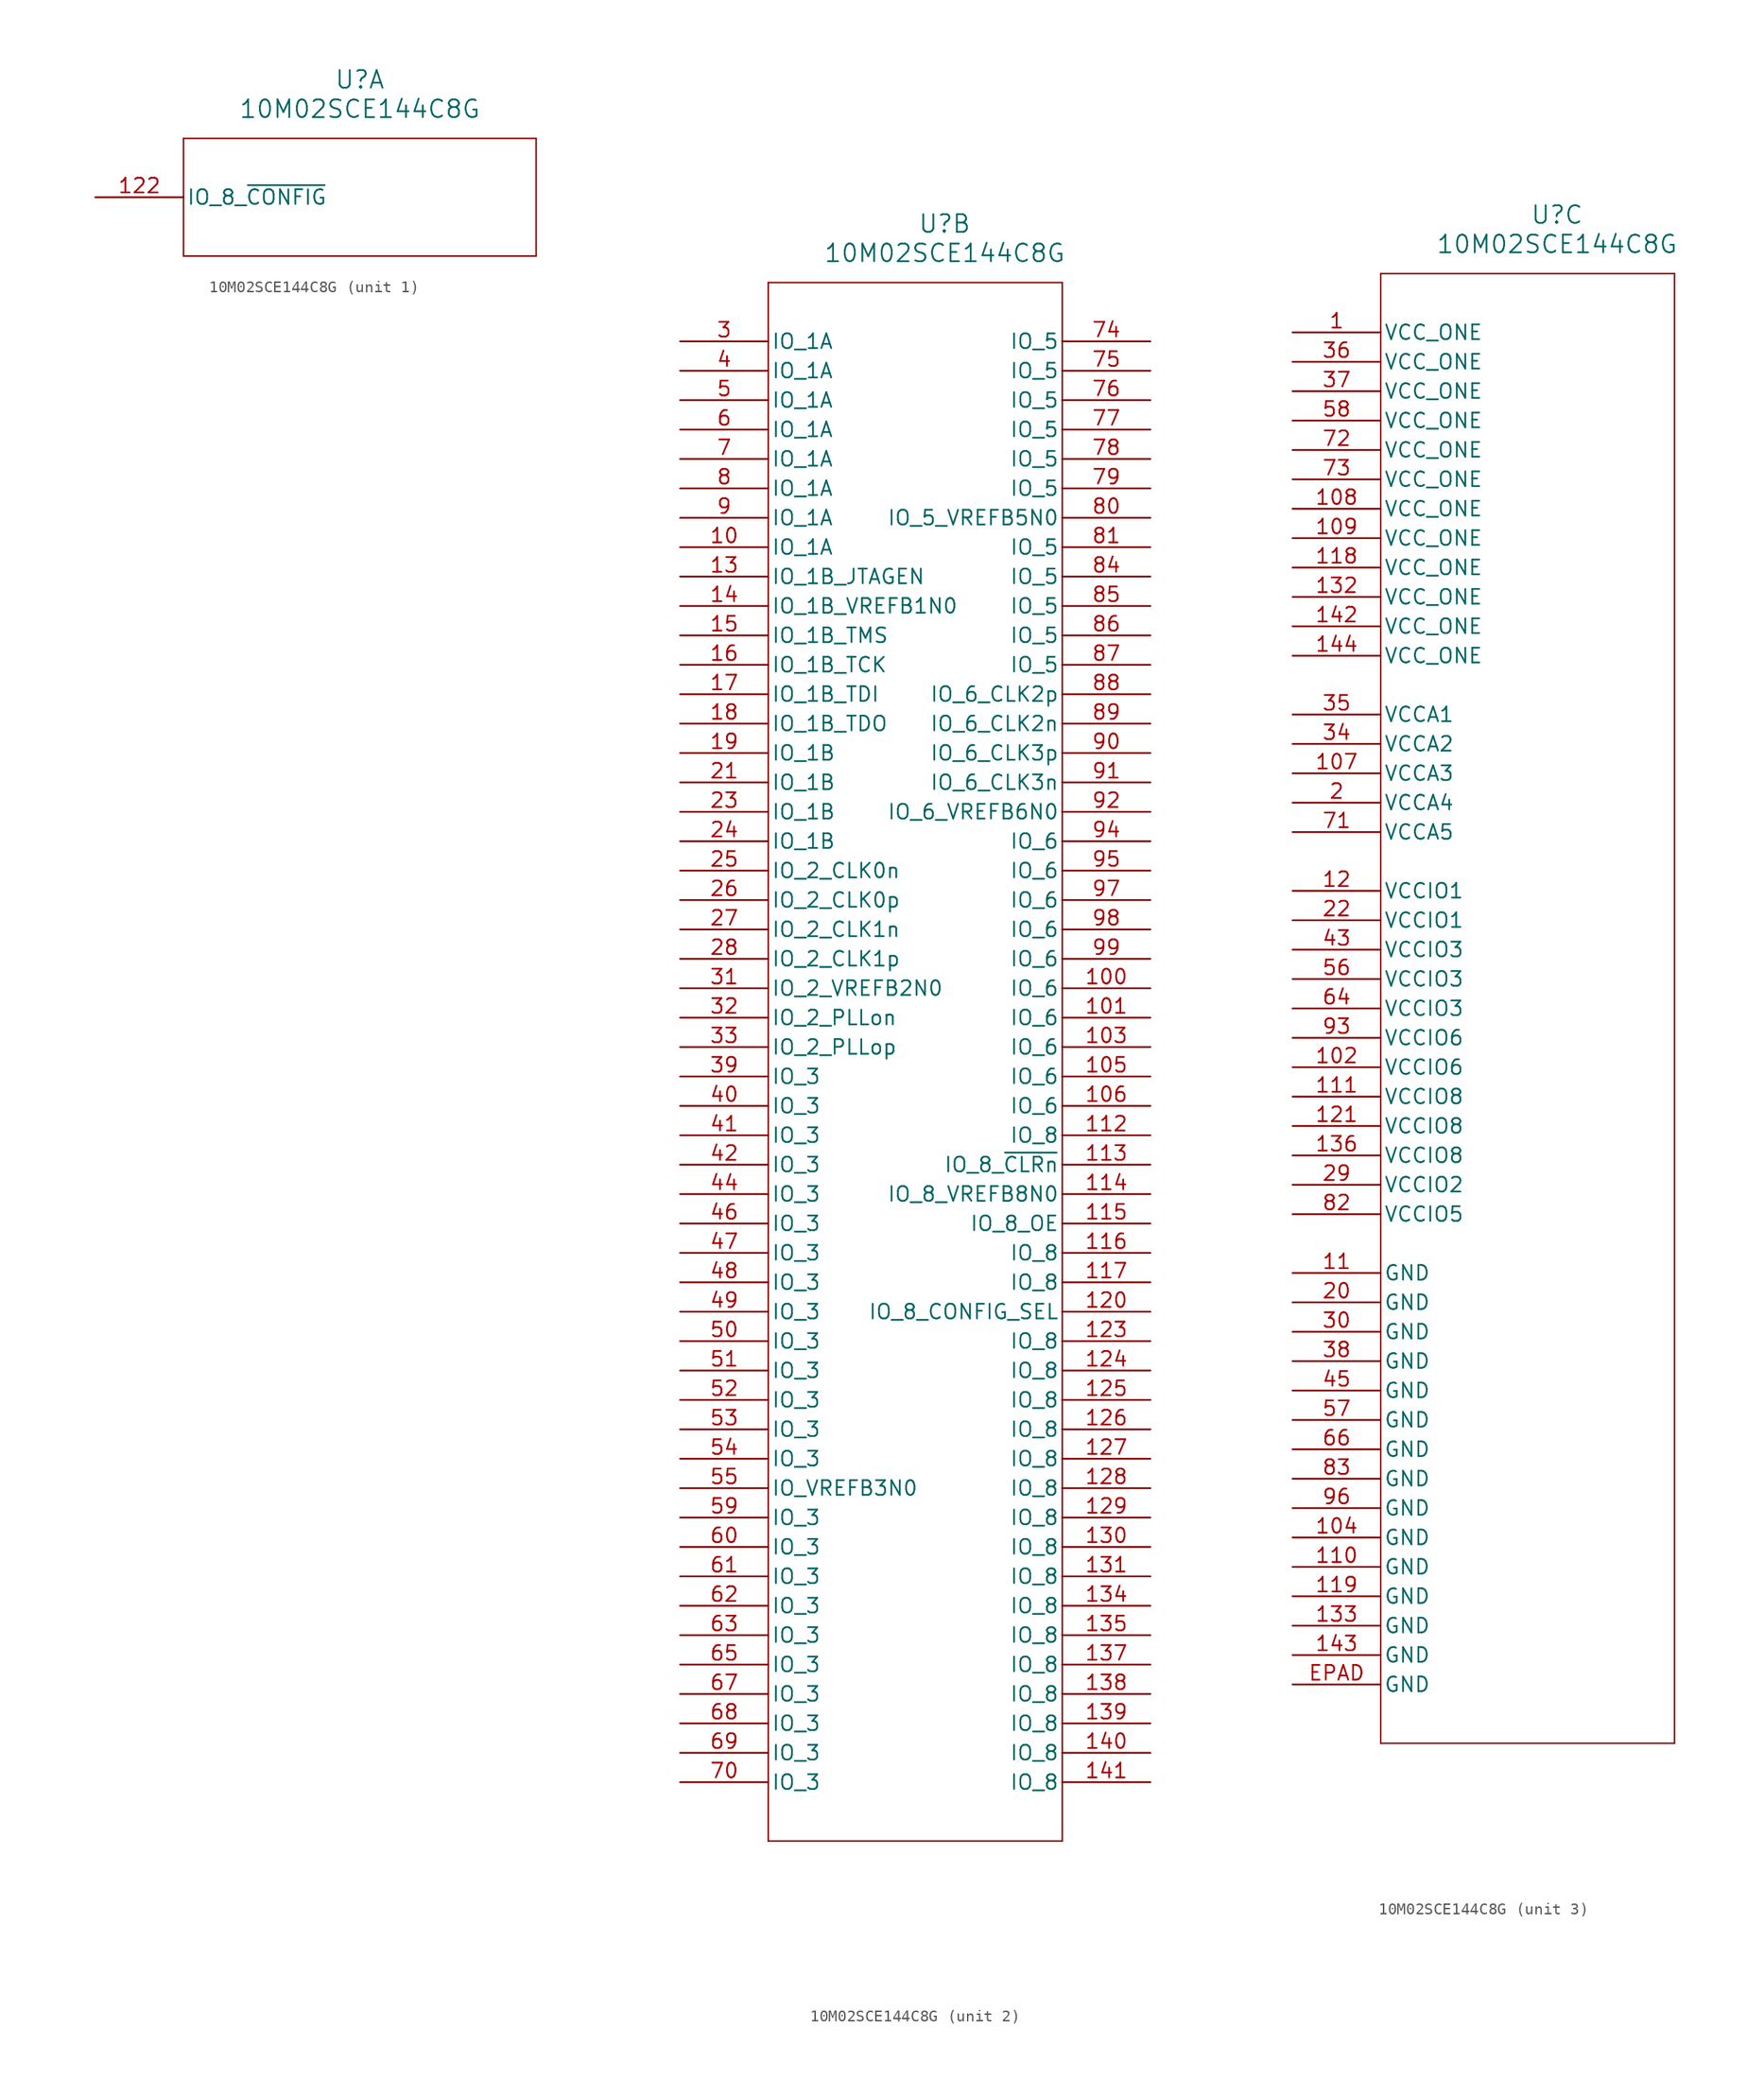
<source format=kicad_sym>
(kicad_symbol_lib
  (version 20241209)
  (generator "kicad_symbol_editor")
  (generator_version "9.0")
  (symbol "10M02SCE144C8G"
    (pin_names
      (offset 0.254))
    (property "Reference" "U"
      (at 22.86 10.16 0)
      (effects (font (size 1.524 1.524))))
    (property "Value" "10M02SCE144C8G"
      (at 22.86 7.62 0)
      (effects (font (size 1.524 1.524))))
    (property "ki_locked" ""
      (at 0 0 0)
      (effects (font (size 1.27 1.27))))
    (symbol "10M02SCE144C8G_1_1"
      (polyline (pts (xy 7.62 5.08) (xy 7.62 -5.08)) (stroke (width 0.127) (type default)) (fill (type none)))
      (polyline (pts (xy 7.62 -5.08) (xy 38.1 -5.08)) (stroke (width 0.127) (type default)) (fill (type none)))
      (polyline (pts (xy 38.1 5.08) (xy 7.62 5.08)) (stroke (width 0.127) (type default)) (fill (type none)))
      (polyline (pts (xy 38.1 -5.08) (xy 38.1 5.08)) (stroke (width 0.127) (type default)) (fill (type none)))
      (pin input line (at 0 0 0) (length 7.62) (name "IO_8_~{CONFIG}" (effects (font (size 1.27 1.27)))) (number "122" (effects (font (size 1.27 1.27))))))
    (symbol "10M02SCE144C8G_2_1"
      (polyline (pts (xy 7.62 5.08) (xy 7.62 -129.54)) (stroke (width 0.127) (type default)) (fill (type none)))
      (polyline (pts (xy 7.62 -129.54) (xy 33.02 -129.54)) (stroke (width 0.127) (type default)) (fill (type none)))
      (polyline (pts (xy 33.02 5.08) (xy 7.62 5.08)) (stroke (width 0.127) (type default)) (fill (type none)))
      (polyline (pts (xy 33.02 -129.54) (xy 33.02 5.08)) (stroke (width 0.127) (type default)) (fill (type none)))
      (pin bidirectional line (at 0 0 0) (length 7.62) (name "IO_1A" (effects (font (size 1.27 1.27)))) (number "3" (effects (font (size 1.27 1.27)))))
      (pin bidirectional line (at 0 -2.54 0) (length 7.62) (name "IO_1A" (effects (font (size 1.27 1.27)))) (number "4" (effects (font (size 1.27 1.27)))))
      (pin bidirectional line (at 0 -5.08 0) (length 7.62) (name "IO_1A" (effects (font (size 1.27 1.27)))) (number "5" (effects (font (size 1.27 1.27)))))
      (pin bidirectional line (at 0 -7.62 0) (length 7.62) (name "IO_1A" (effects (font (size 1.27 1.27)))) (number "6" (effects (font (size 1.27 1.27)))))
      (pin bidirectional line (at 0 -10.16 0) (length 7.62) (name "IO_1A" (effects (font (size 1.27 1.27)))) (number "7" (effects (font (size 1.27 1.27)))))
      (pin bidirectional line (at 0 -12.7 0) (length 7.62) (name "IO_1A" (effects (font (size 1.27 1.27)))) (number "8" (effects (font (size 1.27 1.27)))))
      (pin bidirectional line (at 0 -15.24 0) (length 7.62) (name "IO_1A" (effects (font (size 1.27 1.27)))) (number "9" (effects (font (size 1.27 1.27)))))
      (pin bidirectional line (at 0 -17.78 0) (length 7.62) (name "IO_1A" (effects (font (size 1.27 1.27)))) (number "10" (effects (font (size 1.27 1.27)))))
      (pin bidirectional line (at 0 -20.32 0) (length 7.62) (name "IO_1B_JTAGEN" (effects (font (size 1.27 1.27)))) (number "13" (effects (font (size 1.27 1.27)))))
      (pin bidirectional line (at 0 -22.86 0) (length 7.62) (name "IO_1B_VREFB1N0" (effects (font (size 1.27 1.27)))) (number "14" (effects (font (size 1.27 1.27)))))
      (pin bidirectional line (at 0 -25.4 0) (length 7.62) (name "IO_1B_TMS" (effects (font (size 1.27 1.27)))) (number "15" (effects (font (size 1.27 1.27)))))
      (pin bidirectional line (at 0 -27.94 0) (length 7.62) (name "IO_1B_TCK" (effects (font (size 1.27 1.27)))) (number "16" (effects (font (size 1.27 1.27)))))
      (pin bidirectional line (at 0 -30.48 0) (length 7.62) (name "IO_1B_TDI" (effects (font (size 1.27 1.27)))) (number "17" (effects (font (size 1.27 1.27)))))
      (pin bidirectional line (at 0 -33.02 0) (length 7.62) (name "IO_1B_TDO" (effects (font (size 1.27 1.27)))) (number "18" (effects (font (size 1.27 1.27)))))
      (pin bidirectional line (at 0 -35.56 0) (length 7.62) (name "IO_1B" (effects (font (size 1.27 1.27)))) (number "19" (effects (font (size 1.27 1.27)))))
      (pin bidirectional line (at 0 -38.1 0) (length 7.62) (name "IO_1B" (effects (font (size 1.27 1.27)))) (number "21" (effects (font (size 1.27 1.27)))))
      (pin bidirectional line (at 0 -40.64 0) (length 7.62) (name "IO_1B" (effects (font (size 1.27 1.27)))) (number "23" (effects (font (size 1.27 1.27)))))
      (pin bidirectional line (at 0 -43.18 0) (length 7.62) (name "IO_1B" (effects (font (size 1.27 1.27)))) (number "24" (effects (font (size 1.27 1.27)))))
      (pin bidirectional line (at 0 -45.72 0) (length 7.62) (name "IO_2_CLK0n" (effects (font (size 1.27 1.27)))) (number "25" (effects (font (size 1.27 1.27)))))
      (pin bidirectional line (at 0 -48.26 0) (length 7.62) (name "IO_2_CLK0p" (effects (font (size 1.27 1.27)))) (number "26" (effects (font (size 1.27 1.27)))))
      (pin bidirectional line (at 0 -50.8 0) (length 7.62) (name "IO_2_CLK1n" (effects (font (size 1.27 1.27)))) (number "27" (effects (font (size 1.27 1.27)))))
      (pin bidirectional line (at 0 -53.34 0) (length 7.62) (name "IO_2_CLK1p" (effects (font (size 1.27 1.27)))) (number "28" (effects (font (size 1.27 1.27)))))
      (pin bidirectional line (at 0 -55.88 0) (length 7.62) (name "IO_2_VREFB2N0" (effects (font (size 1.27 1.27)))) (number "31" (effects (font (size 1.27 1.27)))))
      (pin bidirectional line (at 0 -58.42 0) (length 7.62) (name "IO_2_PLLon" (effects (font (size 1.27 1.27)))) (number "32" (effects (font (size 1.27 1.27)))))
      (pin bidirectional line (at 0 -60.96 0) (length 7.62) (name "IO_2_PLLop" (effects (font (size 1.27 1.27)))) (number "33" (effects (font (size 1.27 1.27)))))
      (pin bidirectional line (at 0 -63.5 0) (length 7.62) (name "IO_3" (effects (font (size 1.27 1.27)))) (number "39" (effects (font (size 1.27 1.27)))))
      (pin bidirectional line (at 0 -66.04 0) (length 7.62) (name "IO_3" (effects (font (size 1.27 1.27)))) (number "40" (effects (font (size 1.27 1.27)))))
      (pin bidirectional line (at 0 -68.58 0) (length 7.62) (name "IO_3" (effects (font (size 1.27 1.27)))) (number "41" (effects (font (size 1.27 1.27)))))
      (pin bidirectional line (at 0 -71.12 0) (length 7.62) (name "IO_3" (effects (font (size 1.27 1.27)))) (number "42" (effects (font (size 1.27 1.27)))))
      (pin bidirectional line (at 0 -73.66 0) (length 7.62) (name "IO_3" (effects (font (size 1.27 1.27)))) (number "44" (effects (font (size 1.27 1.27)))))
      (pin bidirectional line (at 0 -76.2 0) (length 7.62) (name "IO_3" (effects (font (size 1.27 1.27)))) (number "46" (effects (font (size 1.27 1.27)))))
      (pin bidirectional line (at 0 -78.74 0) (length 7.62) (name "IO_3" (effects (font (size 1.27 1.27)))) (number "47" (effects (font (size 1.27 1.27)))))
      (pin bidirectional line (at 0 -81.28 0) (length 7.62) (name "IO_3" (effects (font (size 1.27 1.27)))) (number "48" (effects (font (size 1.27 1.27)))))
      (pin bidirectional line (at 0 -83.82 0) (length 7.62) (name "IO_3" (effects (font (size 1.27 1.27)))) (number "49" (effects (font (size 1.27 1.27)))))
      (pin bidirectional line (at 0 -86.36 0) (length 7.62) (name "IO_3" (effects (font (size 1.27 1.27)))) (number "50" (effects (font (size 1.27 1.27)))))
      (pin bidirectional line (at 0 -88.9 0) (length 7.62) (name "IO_3" (effects (font (size 1.27 1.27)))) (number "51" (effects (font (size 1.27 1.27)))))
      (pin bidirectional line (at 0 -91.44 0) (length 7.62) (name "IO_3" (effects (font (size 1.27 1.27)))) (number "52" (effects (font (size 1.27 1.27)))))
      (pin bidirectional line (at 0 -93.98 0) (length 7.62) (name "IO_3" (effects (font (size 1.27 1.27)))) (number "53" (effects (font (size 1.27 1.27)))))
      (pin bidirectional line (at 0 -96.52 0) (length 7.62) (name "IO_3" (effects (font (size 1.27 1.27)))) (number "54" (effects (font (size 1.27 1.27)))))
      (pin bidirectional line (at 0 -99.06 0) (length 7.62) (name "IO_VREFB3N0" (effects (font (size 1.27 1.27)))) (number "55" (effects (font (size 1.27 1.27)))))
      (pin bidirectional line (at 0 -101.6 0) (length 7.62) (name "IO_3" (effects (font (size 1.27 1.27)))) (number "59" (effects (font (size 1.27 1.27)))))
      (pin bidirectional line (at 0 -104.14 0) (length 7.62) (name "IO_3" (effects (font (size 1.27 1.27)))) (number "60" (effects (font (size 1.27 1.27)))))
      (pin bidirectional line (at 0 -106.68 0) (length 7.62) (name "IO_3" (effects (font (size 1.27 1.27)))) (number "61" (effects (font (size 1.27 1.27)))))
      (pin bidirectional line (at 0 -109.22 0) (length 7.62) (name "IO_3" (effects (font (size 1.27 1.27)))) (number "62" (effects (font (size 1.27 1.27)))))
      (pin bidirectional line (at 0 -111.76 0) (length 7.62) (name "IO_3" (effects (font (size 1.27 1.27)))) (number "63" (effects (font (size 1.27 1.27)))))
      (pin bidirectional line (at 0 -114.3 0) (length 7.62) (name "IO_3" (effects (font (size 1.27 1.27)))) (number "65" (effects (font (size 1.27 1.27)))))
      (pin bidirectional line (at 0 -116.84 0) (length 7.62) (name "IO_3" (effects (font (size 1.27 1.27)))) (number "67" (effects (font (size 1.27 1.27)))))
      (pin bidirectional line (at 0 -119.38 0) (length 7.62) (name "IO_3" (effects (font (size 1.27 1.27)))) (number "68" (effects (font (size 1.27 1.27)))))
      (pin bidirectional line (at 0 -121.92 0) (length 7.62) (name "IO_3" (effects (font (size 1.27 1.27)))) (number "69" (effects (font (size 1.27 1.27)))))
      (pin bidirectional line (at 0 -124.46 0) (length 7.62) (name "IO_3" (effects (font (size 1.27 1.27)))) (number "70" (effects (font (size 1.27 1.27)))))
      (pin bidirectional line (at 40.64 0 180) (length 7.62) (name "IO_5" (effects (font (size 1.27 1.27)))) (number "74" (effects (font (size 1.27 1.27)))))
      (pin bidirectional line (at 40.64 -2.54 180) (length 7.62) (name "IO_5" (effects (font (size 1.27 1.27)))) (number "75" (effects (font (size 1.27 1.27)))))
      (pin bidirectional line (at 40.64 -5.08 180) (length 7.62) (name "IO_5" (effects (font (size 1.27 1.27)))) (number "76" (effects (font (size 1.27 1.27)))))
      (pin bidirectional line (at 40.64 -7.62 180) (length 7.62) (name "IO_5" (effects (font (size 1.27 1.27)))) (number "77" (effects (font (size 1.27 1.27)))))
      (pin bidirectional line (at 40.64 -10.16 180) (length 7.62) (name "IO_5" (effects (font (size 1.27 1.27)))) (number "78" (effects (font (size 1.27 1.27)))))
      (pin bidirectional line (at 40.64 -12.7 180) (length 7.62) (name "IO_5" (effects (font (size 1.27 1.27)))) (number "79" (effects (font (size 1.27 1.27)))))
      (pin bidirectional line (at 40.64 -15.24 180) (length 7.62) (name "IO_5_VREFB5N0" (effects (font (size 1.27 1.27)))) (number "80" (effects (font (size 1.27 1.27)))))
      (pin bidirectional line (at 40.64 -17.78 180) (length 7.62) (name "IO_5" (effects (font (size 1.27 1.27)))) (number "81" (effects (font (size 1.27 1.27)))))
      (pin bidirectional line (at 40.64 -20.32 180) (length 7.62) (name "IO_5" (effects (font (size 1.27 1.27)))) (number "84" (effects (font (size 1.27 1.27)))))
      (pin bidirectional line (at 40.64 -22.86 180) (length 7.62) (name "IO_5" (effects (font (size 1.27 1.27)))) (number "85" (effects (font (size 1.27 1.27)))))
      (pin bidirectional line (at 40.64 -25.4 180) (length 7.62) (name "IO_5" (effects (font (size 1.27 1.27)))) (number "86" (effects (font (size 1.27 1.27)))))
      (pin bidirectional line (at 40.64 -27.94 180) (length 7.62) (name "IO_5" (effects (font (size 1.27 1.27)))) (number "87" (effects (font (size 1.27 1.27)))))
      (pin bidirectional line (at 40.64 -30.48 180) (length 7.62) (name "IO_6_CLK2p" (effects (font (size 1.27 1.27)))) (number "88" (effects (font (size 1.27 1.27)))))
      (pin bidirectional line (at 40.64 -33.02 180) (length 7.62) (name "IO_6_CLK2n" (effects (font (size 1.27 1.27)))) (number "89" (effects (font (size 1.27 1.27)))))
      (pin bidirectional line (at 40.64 -35.56 180) (length 7.62) (name "IO_6_CLK3p" (effects (font (size 1.27 1.27)))) (number "90" (effects (font (size 1.27 1.27)))))
      (pin bidirectional line (at 40.64 -38.1 180) (length 7.62) (name "IO_6_CLK3n" (effects (font (size 1.27 1.27)))) (number "91" (effects (font (size 1.27 1.27)))))
      (pin bidirectional line (at 40.64 -40.64 180) (length 7.62) (name "IO_6_VREFB6N0" (effects (font (size 1.27 1.27)))) (number "92" (effects (font (size 1.27 1.27)))))
      (pin bidirectional line (at 40.64 -43.18 180) (length 7.62) (name "IO_6" (effects (font (size 1.27 1.27)))) (number "94" (effects (font (size 1.27 1.27)))))
      (pin bidirectional line (at 40.64 -45.72 180) (length 7.62) (name "IO_6" (effects (font (size 1.27 1.27)))) (number "95" (effects (font (size 1.27 1.27)))))
      (pin bidirectional line (at 40.64 -48.26 180) (length 7.62) (name "IO_6" (effects (font (size 1.27 1.27)))) (number "97" (effects (font (size 1.27 1.27)))))
      (pin bidirectional line (at 40.64 -50.8 180) (length 7.62) (name "IO_6" (effects (font (size 1.27 1.27)))) (number "98" (effects (font (size 1.27 1.27)))))
      (pin bidirectional line (at 40.64 -53.34 180) (length 7.62) (name "IO_6" (effects (font (size 1.27 1.27)))) (number "99" (effects (font (size 1.27 1.27)))))
      (pin bidirectional line (at 40.64 -55.88 180) (length 7.62) (name "IO_6" (effects (font (size 1.27 1.27)))) (number "100" (effects (font (size 1.27 1.27)))))
      (pin bidirectional line (at 40.64 -58.42 180) (length 7.62) (name "IO_6" (effects (font (size 1.27 1.27)))) (number "101" (effects (font (size 1.27 1.27)))))
      (pin bidirectional line (at 40.64 -60.96 180) (length 7.62) (name "IO_6" (effects (font (size 1.27 1.27)))) (number "103" (effects (font (size 1.27 1.27)))))
      (pin bidirectional line (at 40.64 -63.5 180) (length 7.62) (name "IO_6" (effects (font (size 1.27 1.27)))) (number "105" (effects (font (size 1.27 1.27)))))
      (pin bidirectional line (at 40.64 -66.04 180) (length 7.62) (name "IO_6" (effects (font (size 1.27 1.27)))) (number "106" (effects (font (size 1.27 1.27)))))
      (pin bidirectional line (at 40.64 -68.58 180) (length 7.62) (name "IO_8" (effects (font (size 1.27 1.27)))) (number "112" (effects (font (size 1.27 1.27)))))
      (pin bidirectional line (at 40.64 -71.12 180) (length 7.62) (name "IO_8_~{CLRn}" (effects (font (size 1.27 1.27)))) (number "113" (effects (font (size 1.27 1.27)))))
      (pin bidirectional line (at 40.64 -73.66 180) (length 7.62) (name "IO_8_VREFB8N0" (effects (font (size 1.27 1.27)))) (number "114" (effects (font (size 1.27 1.27)))))
      (pin bidirectional line (at 40.64 -76.2 180) (length 7.62) (name "IO_8_OE" (effects (font (size 1.27 1.27)))) (number "115" (effects (font (size 1.27 1.27)))))
      (pin bidirectional line (at 40.64 -78.74 180) (length 7.62) (name "IO_8" (effects (font (size 1.27 1.27)))) (number "116" (effects (font (size 1.27 1.27)))))
      (pin bidirectional line (at 40.64 -81.28 180) (length 7.62) (name "IO_8" (effects (font (size 1.27 1.27)))) (number "117" (effects (font (size 1.27 1.27)))))
      (pin bidirectional line (at 40.64 -83.82 180) (length 7.62) (name "IO_8_CONFIG_SEL" (effects (font (size 1.27 1.27)))) (number "120" (effects (font (size 1.27 1.27)))))
      (pin bidirectional line (at 40.64 -86.36 180) (length 7.62) (name "IO_8" (effects (font (size 1.27 1.27)))) (number "123" (effects (font (size 1.27 1.27)))))
      (pin bidirectional line (at 40.64 -88.9 180) (length 7.62) (name "IO_8" (effects (font (size 1.27 1.27)))) (number "124" (effects (font (size 1.27 1.27)))))
      (pin bidirectional line (at 40.64 -91.44 180) (length 7.62) (name "IO_8" (effects (font (size 1.27 1.27)))) (number "125" (effects (font (size 1.27 1.27)))))
      (pin bidirectional line (at 40.64 -93.98 180) (length 7.62) (name "IO_8" (effects (font (size 1.27 1.27)))) (number "126" (effects (font (size 1.27 1.27)))))
      (pin bidirectional line (at 40.64 -96.52 180) (length 7.62) (name "IO_8" (effects (font (size 1.27 1.27)))) (number "127" (effects (font (size 1.27 1.27)))))
      (pin bidirectional line (at 40.64 -99.06 180) (length 7.62) (name "IO_8" (effects (font (size 1.27 1.27)))) (number "128" (effects (font (size 1.27 1.27)))))
      (pin bidirectional line (at 40.64 -101.6 180) (length 7.62) (name "IO_8" (effects (font (size 1.27 1.27)))) (number "129" (effects (font (size 1.27 1.27)))))
      (pin bidirectional line (at 40.64 -104.14 180) (length 7.62) (name "IO_8" (effects (font (size 1.27 1.27)))) (number "130" (effects (font (size 1.27 1.27)))))
      (pin bidirectional line (at 40.64 -106.68 180) (length 7.62) (name "IO_8" (effects (font (size 1.27 1.27)))) (number "131" (effects (font (size 1.27 1.27)))))
      (pin bidirectional line (at 40.64 -109.22 180) (length 7.62) (name "IO_8" (effects (font (size 1.27 1.27)))) (number "134" (effects (font (size 1.27 1.27)))))
      (pin bidirectional line (at 40.64 -111.76 180) (length 7.62) (name "IO_8" (effects (font (size 1.27 1.27)))) (number "135" (effects (font (size 1.27 1.27)))))
      (pin bidirectional line (at 40.64 -114.3 180) (length 7.62) (name "IO_8" (effects (font (size 1.27 1.27)))) (number "137" (effects (font (size 1.27 1.27)))))
      (pin bidirectional line (at 40.64 -116.84 180) (length 7.62) (name "IO_8" (effects (font (size 1.27 1.27)))) (number "138" (effects (font (size 1.27 1.27)))))
      (pin bidirectional line (at 40.64 -119.38 180) (length 7.62) (name "IO_8" (effects (font (size 1.27 1.27)))) (number "139" (effects (font (size 1.27 1.27)))))
      (pin bidirectional line (at 40.64 -121.92 180) (length 7.62) (name "IO_8" (effects (font (size 1.27 1.27)))) (number "140" (effects (font (size 1.27 1.27)))))
      (pin bidirectional line (at 40.64 -124.46 180) (length 7.62) (name "IO_8" (effects (font (size 1.27 1.27)))) (number "141" (effects (font (size 1.27 1.27))))))
    (symbol "10M02SCE144C8G_3_1"
      (polyline (pts (xy 7.62 5.08) (xy 7.62 -121.92)) (stroke (width 0.127) (type default)) (fill (type none)))
      (polyline (pts (xy 7.62 -121.92) (xy 33.02 -121.92)) (stroke (width 0.127) (type default)) (fill (type none)))
      (polyline (pts (xy 33.02 5.08) (xy 7.62 5.08)) (stroke (width 0.127) (type default)) (fill (type none)))
      (polyline (pts (xy 33.02 -121.92) (xy 33.02 5.08)) (stroke (width 0.127) (type default)) (fill (type none)))
      (pin power_in line (at 0 0 0) (length 7.62) (name "VCC_ONE" (effects (font (size 1.27 1.27)))) (number "1" (effects (font (size 1.27 1.27)))))
      (pin power_in line (at 0 -2.54 0) (length 7.62) (name "VCC_ONE" (effects (font (size 1.27 1.27)))) (number "36" (effects (font (size 1.27 1.27)))))
      (pin power_in line (at 0 -5.08 0) (length 7.62) (name "VCC_ONE" (effects (font (size 1.27 1.27)))) (number "37" (effects (font (size 1.27 1.27)))))
      (pin power_in line (at 0 -7.62 0) (length 7.62) (name "VCC_ONE" (effects (font (size 1.27 1.27)))) (number "58" (effects (font (size 1.27 1.27)))))
      (pin power_in line (at 0 -10.16 0) (length 7.62) (name "VCC_ONE" (effects (font (size 1.27 1.27)))) (number "72" (effects (font (size 1.27 1.27)))))
      (pin power_in line (at 0 -12.7 0) (length 7.62) (name "VCC_ONE" (effects (font (size 1.27 1.27)))) (number "73" (effects (font (size 1.27 1.27)))))
      (pin power_in line (at 0 -15.24 0) (length 7.62) (name "VCC_ONE" (effects (font (size 1.27 1.27)))) (number "108" (effects (font (size 1.27 1.27)))))
      (pin power_in line (at 0 -17.78 0) (length 7.62) (name "VCC_ONE" (effects (font (size 1.27 1.27)))) (number "109" (effects (font (size 1.27 1.27)))))
      (pin power_in line (at 0 -20.32 0) (length 7.62) (name "VCC_ONE" (effects (font (size 1.27 1.27)))) (number "118" (effects (font (size 1.27 1.27)))))
      (pin power_in line (at 0 -22.86 0) (length 7.62) (name "VCC_ONE" (effects (font (size 1.27 1.27)))) (number "132" (effects (font (size 1.27 1.27)))))
      (pin power_in line (at 0 -25.4 0) (length 7.62) (name "VCC_ONE" (effects (font (size 1.27 1.27)))) (number "142" (effects (font (size 1.27 1.27)))))
      (pin power_in line (at 0 -27.94 0) (length 7.62) (name "VCC_ONE" (effects (font (size 1.27 1.27)))) (number "144" (effects (font (size 1.27 1.27)))))
      (pin power_in line (at 0 -33.02 0) (length 7.62) (name "VCCA1" (effects (font (size 1.27 1.27)))) (number "35" (effects (font (size 1.27 1.27)))))
      (pin power_in line (at 0 -35.56 0) (length 7.62) (name "VCCA2" (effects (font (size 1.27 1.27)))) (number "34" (effects (font (size 1.27 1.27)))))
      (pin power_in line (at 0 -38.1 0) (length 7.62) (name "VCCA3" (effects (font (size 1.27 1.27)))) (number "107" (effects (font (size 1.27 1.27)))))
      (pin power_in line (at 0 -40.64 0) (length 7.62) (name "VCCA4" (effects (font (size 1.27 1.27)))) (number "2" (effects (font (size 1.27 1.27)))))
      (pin power_in line (at 0 -43.18 0) (length 7.62) (name "VCCA5" (effects (font (size 1.27 1.27)))) (number "71" (effects (font (size 1.27 1.27)))))
      (pin power_in line (at 0 -48.26 0) (length 7.62) (name "VCCIO1" (effects (font (size 1.27 1.27)))) (number "12" (effects (font (size 1.27 1.27)))))
      (pin power_in line (at 0 -50.8 0) (length 7.62) (name "VCCIO1" (effects (font (size 1.27 1.27)))) (number "22" (effects (font (size 1.27 1.27)))))
      (pin power_in line (at 0 -53.34 0) (length 7.62) (name "VCCIO3" (effects (font (size 1.27 1.27)))) (number "43" (effects (font (size 1.27 1.27)))))
      (pin power_in line (at 0 -55.88 0) (length 7.62) (name "VCCIO3" (effects (font (size 1.27 1.27)))) (number "56" (effects (font (size 1.27 1.27)))))
      (pin power_in line (at 0 -58.42 0) (length 7.62) (name "VCCIO3" (effects (font (size 1.27 1.27)))) (number "64" (effects (font (size 1.27 1.27)))))
      (pin power_in line (at 0 -60.96 0) (length 7.62) (name "VCCIO6" (effects (font (size 1.27 1.27)))) (number "93" (effects (font (size 1.27 1.27)))))
      (pin power_in line (at 0 -63.5 0) (length 7.62) (name "VCCIO6" (effects (font (size 1.27 1.27)))) (number "102" (effects (font (size 1.27 1.27)))))
      (pin power_in line (at 0 -66.04 0) (length 7.62) (name "VCCIO8" (effects (font (size 1.27 1.27)))) (number "111" (effects (font (size 1.27 1.27)))))
      (pin power_in line (at 0 -68.58 0) (length 7.62) (name "VCCIO8" (effects (font (size 1.27 1.27)))) (number "121" (effects (font (size 1.27 1.27)))))
      (pin power_in line (at 0 -71.12 0) (length 7.62) (name "VCCIO8" (effects (font (size 1.27 1.27)))) (number "136" (effects (font (size 1.27 1.27)))))
      (pin power_in line (at 0 -73.66 0) (length 7.62) (name "VCCIO2" (effects (font (size 1.27 1.27)))) (number "29" (effects (font (size 1.27 1.27)))))
      (pin power_in line (at 0 -76.2 0) (length 7.62) (name "VCCIO5" (effects (font (size 1.27 1.27)))) (number "82" (effects (font (size 1.27 1.27)))))
      (pin power_out line (at 0 -81.28 0) (length 7.62) (name "GND" (effects (font (size 1.27 1.27)))) (number "11" (effects (font (size 1.27 1.27)))))
      (pin power_out line (at 0 -83.82 0) (length 7.62) (name "GND" (effects (font (size 1.27 1.27)))) (number "20" (effects (font (size 1.27 1.27)))))
      (pin power_out line (at 0 -86.36 0) (length 7.62) (name "GND" (effects (font (size 1.27 1.27)))) (number "30" (effects (font (size 1.27 1.27)))))
      (pin power_out line (at 0 -88.9 0) (length 7.62) (name "GND" (effects (font (size 1.27 1.27)))) (number "38" (effects (font (size 1.27 1.27)))))
      (pin power_out line (at 0 -91.44 0) (length 7.62) (name "GND" (effects (font (size 1.27 1.27)))) (number "45" (effects (font (size 1.27 1.27)))))
      (pin power_out line (at 0 -93.98 0) (length 7.62) (name "GND" (effects (font (size 1.27 1.27)))) (number "57" (effects (font (size 1.27 1.27)))))
      (pin power_out line (at 0 -96.52 0) (length 7.62) (name "GND" (effects (font (size 1.27 1.27)))) (number "66" (effects (font (size 1.27 1.27)))))
      (pin power_out line (at 0 -99.06 0) (length 7.62) (name "GND" (effects (font (size 1.27 1.27)))) (number "83" (effects (font (size 1.27 1.27)))))
      (pin power_out line (at 0 -101.6 0) (length 7.62) (name "GND" (effects (font (size 1.27 1.27)))) (number "96" (effects (font (size 1.27 1.27)))))
      (pin power_out line (at 0 -104.14 0) (length 7.62) (name "GND" (effects (font (size 1.27 1.27)))) (number "104" (effects (font (size 1.27 1.27)))))
      (pin power_out line (at 0 -106.68 0) (length 7.62) (name "GND" (effects (font (size 1.27 1.27)))) (number "110" (effects (font (size 1.27 1.27)))))
      (pin power_out line (at 0 -109.22 0) (length 7.62) (name "GND" (effects (font (size 1.27 1.27)))) (number "119" (effects (font (size 1.27 1.27)))))
      (pin power_out line (at 0 -111.76 0) (length 7.62) (name "GND" (effects (font (size 1.27 1.27)))) (number "133" (effects (font (size 1.27 1.27)))))
      (pin power_out line (at 0 -114.3 0) (length 7.62) (name "GND" (effects (font (size 1.27 1.27)))) (number "143" (effects (font (size 1.27 1.27)))))
      (pin power_out line (at 0 -116.84 0) (length 7.62) (name "GND" (effects (font (size 1.27 1.27)))) (number "EPAD" (effects (font (size 1.27 1.27))))))))
</source>
